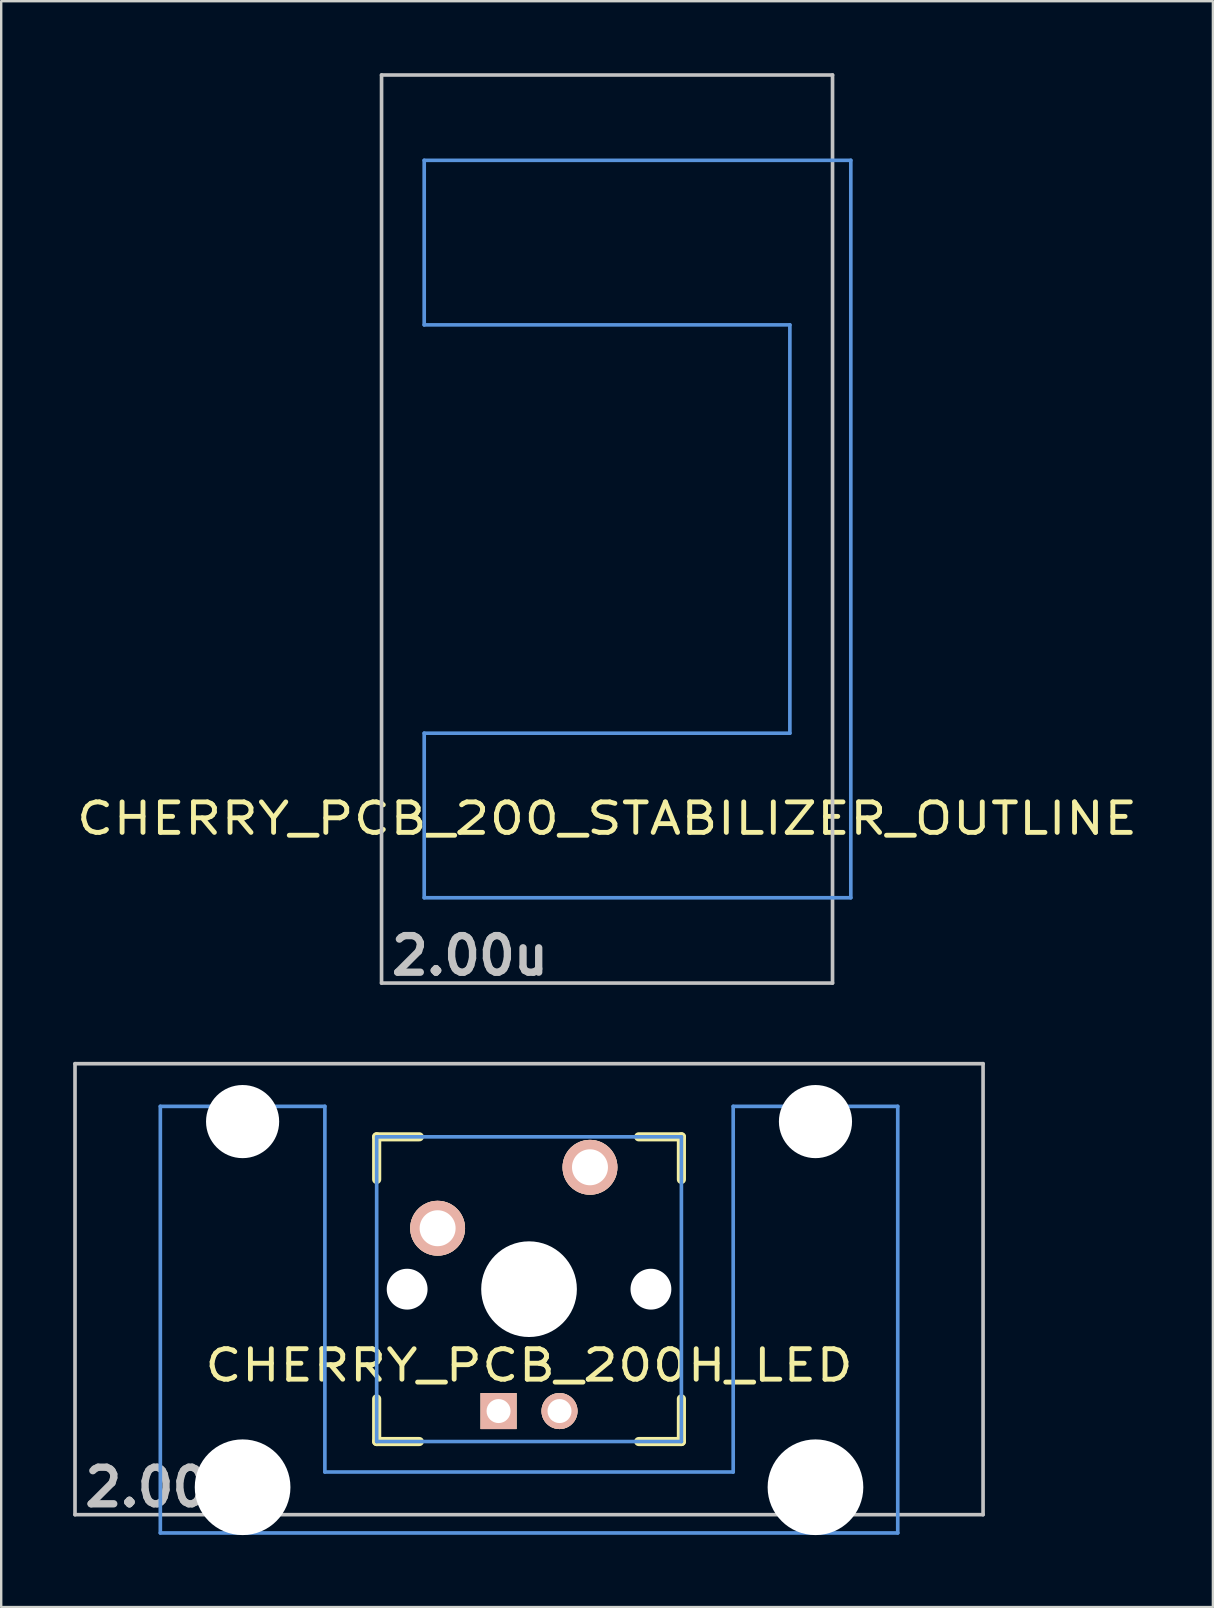
<source format=kicad_pcb>
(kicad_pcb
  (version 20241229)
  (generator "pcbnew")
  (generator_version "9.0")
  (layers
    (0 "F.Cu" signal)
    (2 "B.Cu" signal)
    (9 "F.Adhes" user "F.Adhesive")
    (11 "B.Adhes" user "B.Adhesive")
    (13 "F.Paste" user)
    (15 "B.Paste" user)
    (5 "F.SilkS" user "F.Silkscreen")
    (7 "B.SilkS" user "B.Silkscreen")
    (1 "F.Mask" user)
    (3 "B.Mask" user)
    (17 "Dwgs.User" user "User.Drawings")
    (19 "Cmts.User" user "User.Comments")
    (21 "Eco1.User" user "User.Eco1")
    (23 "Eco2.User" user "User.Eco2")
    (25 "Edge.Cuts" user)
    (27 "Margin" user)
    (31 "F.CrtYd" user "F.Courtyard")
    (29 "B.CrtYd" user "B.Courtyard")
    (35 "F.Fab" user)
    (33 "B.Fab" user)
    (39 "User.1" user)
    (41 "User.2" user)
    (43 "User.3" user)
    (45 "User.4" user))
  (footprint "CHERRY_PCB_200_STABILIZER_OUTLINE"
    (layer "F.Cu")
    (at 22.25 18.999)
    (property "Reference" "CHERRY_PCB_200_STABILIZER_OUTLINE" (at 0 12.065 180) (layer "F.SilkS") (effects (font (size 1.27 1.524) (thickness 0.203))))
    (attr through_hole)
    (fp_line (start -9.398 -18.923) (end 9.398 -18.923) (stroke (width 0.152) (type solid)) (layer "Dwgs.User"))
    (fp_line (start -9.398 18.923) (end -9.398 -18.923) (stroke (width 0.152) (type solid)) (layer "Dwgs.User"))
    (fp_line (start 9.398 -18.923) (end 9.398 18.923) (stroke (width 0.152) (type solid)) (layer "Dwgs.User"))
    (fp_line (start 9.398 18.923) (end -9.398 18.923) (stroke (width 0.152) (type solid)) (layer "Dwgs.User"))
    (fp_line (start -7.62 -15.367) (end -7.62 -8.509) (stroke (width 0.152) (type solid)) (layer "Cmts.User"))
    (fp_line (start -7.62 -8.509) (end 7.62 -8.509) (stroke (width 0.152) (type solid)) (layer "Cmts.User"))
    (fp_line (start -7.62 8.509) (end -7.62 15.367) (stroke (width 0.152) (type solid)) (layer "Cmts.User"))
    (fp_line (start -7.62 15.367) (end 10.16 15.367) (stroke (width 0.152) (type solid)) (layer "Cmts.User"))
    (fp_line (start 7.62 -8.509) (end 7.62 8.509) (stroke (width 0.152) (type solid)) (layer "Cmts.User"))
    (fp_line (start 7.62 8.509) (end -7.62 8.509) (stroke (width 0.152) (type solid)) (layer "Cmts.User"))
    (fp_line (start 10.16 -15.367) (end -7.62 -15.367) (stroke (width 0.152) (type solid)) (layer "Cmts.User"))
    (fp_line (start 10.16 15.367) (end 10.16 -15.367) (stroke (width 0.152) (type solid)) (layer "Cmts.User"))
    (fp_line (start -6.985 -6.985) (end -4.877 -6.985) (stroke (width 0.152) (type solid)) (layer "Eco2.User"))
    (fp_line (start -6.985 6.985) (end -6.985 -6.985) (stroke (width 0.152) (type solid)) (layer "Eco2.User"))
    (fp_line (start -5.69 -15.265) (end -2.286 -15.265) (stroke (width 0.152) (type solid)) (layer "Eco2.User"))
    (fp_line (start -5.69 -8.611) (end -5.69 -15.265) (stroke (width 0.152) (type solid)) (layer "Eco2.User"))
    (fp_line (start -5.69 8.611) (end -4.877 8.611) (stroke (width 0.152) (type solid)) (layer "Eco2.User"))
    (fp_line (start -5.69 15.265) (end -5.69 8.611) (stroke (width 0.152) (type solid)) (layer "Eco2.User"))
    (fp_line (start -4.877 -8.611) (end -5.69 -8.611) (stroke (width 0.152) (type solid)) (layer "Eco2.User"))
    (fp_line (start -4.877 -6.985) (end -4.877 -8.611) (stroke (width 0.152) (type solid)) (layer "Eco2.User"))
    (fp_line (start -4.877 6.985) (end -6.985 6.985) (stroke (width 0.152) (type solid)) (layer "Eco2.User"))
    (fp_line (start -4.877 8.611) (end -4.877 6.985) (stroke (width 0.152) (type solid)) (layer "Eco2.User"))
    (fp_line (start -2.286 -16.129) (end 0.508 -16.129) (stroke (width 0.152) (type solid)) (layer "Eco2.User"))
    (fp_line (start -2.286 -15.265) (end -2.286 -16.129) (stroke (width 0.152) (type solid)) (layer "Eco2.User"))
    (fp_line (start -2.286 15.265) (end -5.69 15.265) (stroke (width 0.152) (type solid)) (layer "Eco2.User"))
    (fp_line (start -2.286 16.129) (end -2.286 15.265) (stroke (width 0.152) (type solid)) (layer "Eco2.User"))
    (fp_line (start 0.508 -16.129) (end 0.508 -15.265) (stroke (width 0.152) (type solid)) (layer "Eco2.User"))
    (fp_line (start 0.508 -15.265) (end 6.604 -15.265) (stroke (width 0.152) (type solid)) (layer "Eco2.User"))
    (fp_line (start 0.508 15.265) (end 0.508 16.129) (stroke (width 0.152) (type solid)) (layer "Eco2.User"))
    (fp_line (start 0.508 16.129) (end -2.286 16.129) (stroke (width 0.152) (type solid)) (layer "Eco2.User"))
    (fp_line (start 5.817 -8.611) (end 5.817 -6.985) (stroke (width 0.152) (type solid)) (layer "Eco2.User"))
    (fp_line (start 5.817 -6.985) (end 6.985 -6.985) (stroke (width 0.152) (type solid)) (layer "Eco2.User"))
    (fp_line (start 5.817 6.985) (end 5.817 8.611) (stroke (width 0.152) (type solid)) (layer "Eco2.User"))
    (fp_line (start 5.817 8.611) (end 6.604 8.611) (stroke (width 0.152) (type solid)) (layer "Eco2.User"))
    (fp_line (start 6.604 -15.265) (end 6.604 -14.224) (stroke (width 0.152) (type solid)) (layer "Eco2.User"))
    (fp_line (start 6.604 -14.224) (end 7.772 -14.224) (stroke (width 0.152) (type solid)) (layer "Eco2.User"))
    (fp_line (start 6.604 -9.652) (end 6.604 -8.611) (stroke (width 0.152) (type solid)) (layer "Eco2.User"))
    (fp_line (start 6.604 -8.611) (end 5.817 -8.611) (stroke (width 0.152) (type solid)) (layer "Eco2.User"))
    (fp_line (start 6.604 8.611) (end 6.604 9.652) (stroke (width 0.152) (type solid)) (layer "Eco2.User"))
    (fp_line (start 6.604 9.652) (end 7.772 9.652) (stroke (width 0.152) (type solid)) (layer "Eco2.User"))
    (fp_line (start 6.604 14.224) (end 6.604 15.265) (stroke (width 0.152) (type solid)) (layer "Eco2.User"))
    (fp_line (start 6.604 15.265) (end 0.508 15.265) (stroke (width 0.152) (type solid)) (layer "Eco2.User"))
    (fp_line (start 6.985 -6.985) (end 6.985 6.985) (stroke (width 0.152) (type solid)) (layer "Eco2.User"))
    (fp_line (start 6.985 6.985) (end 5.817 6.985) (stroke (width 0.152) (type solid)) (layer "Eco2.User"))
    (fp_line (start 7.772 -14.224) (end 7.772 -9.652) (stroke (width 0.152) (type solid)) (layer "Eco2.User"))
    (fp_line (start 7.772 -9.652) (end 6.604 -9.652) (stroke (width 0.152) (type solid)) (layer "Eco2.User"))
    (fp_line (start 7.772 9.652) (end 7.772 14.224) (stroke (width 0.152) (type solid)) (layer "Eco2.User"))
    (fp_line (start 7.772 14.224) (end 6.604 14.224) (stroke (width 0.152) (type solid)) (layer "Eco2.User"))
    (fp_text user "2.00u" (at -5.715 17.78 0) (layer "Dwgs.User") (effects (font (size 1.524 1.524) (thickness 0.305)))))
  (footprint "CHERRY_PCB_200H_LED"
    (layer "F.Cu")
    (at 18.999 50.68)
    (property "Reference" "CHERRY_PCB_200H_LED" (at 0 3.175 0) (layer "F.SilkS") (effects (font (size 1.27 1.524) (thickness 0.203))))
    (attr through_hole)
    (fp_line (start -6.35 -6.35) (end -4.572 -6.35) (stroke (width 0.381) (type solid)) (layer "F.SilkS"))
    (fp_line (start -6.35 -4.572) (end -6.35 -6.35) (stroke (width 0.381) (type solid)) (layer "F.SilkS"))
    (fp_line (start -6.35 6.35) (end -6.35 4.572) (stroke (width 0.381) (type solid)) (layer "F.SilkS"))
    (fp_line (start -4.572 6.35) (end -6.35 6.35) (stroke (width 0.381) (type solid)) (layer "F.SilkS"))
    (fp_line (start 4.572 -6.35) (end 6.35 -6.35) (stroke (width 0.381) (type solid)) (layer "F.SilkS"))
    (fp_line (start 6.35 -6.35) (end 6.35 -4.572) (stroke (width 0.381) (type solid)) (layer "F.SilkS"))
    (fp_line (start 6.35 4.572) (end 6.35 6.35) (stroke (width 0.381) (type solid)) (layer "F.SilkS"))
    (fp_line (start 6.35 6.35) (end 4.572 6.35) (stroke (width 0.381) (type solid)) (layer "F.SilkS"))
    (fp_line (start -18.923 -9.398) (end 18.923 -9.398) (stroke (width 0.152) (type solid)) (layer "Dwgs.User"))
    (fp_line (start -18.923 9.398) (end -18.923 -9.398) (stroke (width 0.152) (type solid)) (layer "Dwgs.User"))
    (fp_line (start 18.923 -9.398) (end 18.923 9.398) (stroke (width 0.152) (type solid)) (layer "Dwgs.User"))
    (fp_line (start 18.923 9.398) (end -18.923 9.398) (stroke (width 0.152) (type solid)) (layer "Dwgs.User"))
    (fp_line (start -15.367 -7.62) (end -15.367 10.16) (stroke (width 0.152) (type solid)) (layer "Cmts.User"))
    (fp_line (start -15.367 10.16) (end 15.367 10.16) (stroke (width 0.152) (type solid)) (layer "Cmts.User"))
    (fp_line (start -8.509 -7.62) (end -15.367 -7.62) (stroke (width 0.152) (type solid)) (layer "Cmts.User"))
    (fp_line (start -8.509 7.62) (end -8.509 -7.62) (stroke (width 0.152) (type solid)) (layer "Cmts.User"))
    (fp_line (start -6.35 -6.35) (end 6.35 -6.35) (stroke (width 0.152) (type solid)) (layer "Cmts.User"))
    (fp_line (start -6.35 6.35) (end -6.35 -6.35) (stroke (width 0.152) (type solid)) (layer "Cmts.User"))
    (fp_line (start 6.35 -6.35) (end 6.35 6.35) (stroke (width 0.152) (type solid)) (layer "Cmts.User"))
    (fp_line (start 6.35 6.35) (end -6.35 6.35) (stroke (width 0.152) (type solid)) (layer "Cmts.User"))
    (fp_line (start 8.509 -7.62) (end 8.509 7.62) (stroke (width 0.152) (type solid)) (layer "Cmts.User"))
    (fp_line (start 8.509 7.62) (end -8.509 7.62) (stroke (width 0.152) (type solid)) (layer "Cmts.User"))
    (fp_line (start 15.367 -7.62) (end 8.509 -7.62) (stroke (width 0.152) (type solid)) (layer "Cmts.User"))
    (fp_line (start 15.367 10.16) (end 15.367 -7.62) (stroke (width 0.152) (type solid)) (layer "Cmts.User"))
    (fp_line (start -16.129 -2.286) (end -15.265 -2.286) (stroke (width 0.152) (type solid)) (layer "Eco2.User"))
    (fp_line (start -16.129 0.508) (end -16.129 -2.286) (stroke (width 0.152) (type solid)) (layer "Eco2.User"))
    (fp_line (start -15.265 -5.69) (end -8.611 -5.69) (stroke (width 0.152) (type solid)) (layer "Eco2.User"))
    (fp_line (start -15.265 -2.286) (end -15.265 -5.69) (stroke (width 0.152) (type solid)) (layer "Eco2.User"))
    (fp_line (start -15.265 0.508) (end -16.129 0.508) (stroke (width 0.152) (type solid)) (layer "Eco2.User"))
    (fp_line (start -15.265 6.604) (end -15.265 0.508) (stroke (width 0.152) (type solid)) (layer "Eco2.User"))
    (fp_line (start -14.224 6.604) (end -15.265 6.604) (stroke (width 0.152) (type solid)) (layer "Eco2.User"))
    (fp_line (start -14.224 7.772) (end -14.224 6.604) (stroke (width 0.152) (type solid)) (layer "Eco2.User"))
    (fp_line (start -9.652 6.604) (end -9.652 7.772) (stroke (width 0.152) (type solid)) (layer "Eco2.User"))
    (fp_line (start -9.652 7.772) (end -14.224 7.772) (stroke (width 0.152) (type solid)) (layer "Eco2.User"))
    (fp_line (start -8.611 -5.69) (end -8.611 -4.877) (stroke (width 0.152) (type solid)) (layer "Eco2.User"))
    (fp_line (start -8.611 -4.877) (end -6.985 -4.877) (stroke (width 0.152) (type solid)) (layer "Eco2.User"))
    (fp_line (start -8.611 5.817) (end -8.611 6.604) (stroke (width 0.152) (type solid)) (layer "Eco2.User"))
    (fp_line (start -8.611 6.604) (end -9.652 6.604) (stroke (width 0.152) (type solid)) (layer "Eco2.User"))
    (fp_line (start -6.985 -6.985) (end 6.985 -6.985) (stroke (width 0.152) (type solid)) (layer "Eco2.User"))
    (fp_line (start -6.985 -4.877) (end -6.985 -6.985) (stroke (width 0.152) (type solid)) (layer "Eco2.User"))
    (fp_line (start -6.985 5.817) (end -8.611 5.817) (stroke (width 0.152) (type solid)) (layer "Eco2.User"))
    (fp_line (start -6.985 6.985) (end -6.985 5.817) (stroke (width 0.152) (type solid)) (layer "Eco2.User"))
    (fp_line (start 6.985 -6.985) (end 6.985 -4.877) (stroke (width 0.152) (type solid)) (layer "Eco2.User"))
    (fp_line (start 6.985 -4.877) (end 8.611 -4.877) (stroke (width 0.152) (type solid)) (layer "Eco2.User"))
    (fp_line (start 6.985 5.817) (end 6.985 6.985) (stroke (width 0.152) (type solid)) (layer "Eco2.User"))
    (fp_line (start 6.985 6.985) (end -6.985 6.985) (stroke (width 0.152) (type solid)) (layer "Eco2.User"))
    (fp_line (start 8.611 -5.69) (end 15.265 -5.69) (stroke (width 0.152) (type solid)) (layer "Eco2.User"))
    (fp_line (start 8.611 -4.877) (end 8.611 -5.69) (stroke (width 0.152) (type solid)) (layer "Eco2.User"))
    (fp_line (start 8.611 5.817) (end 6.985 5.817) (stroke (width 0.152) (type solid)) (layer "Eco2.User"))
    (fp_line (start 8.611 6.604) (end 8.611 5.817) (stroke (width 0.152) (type solid)) (layer "Eco2.User"))
    (fp_line (start 9.652 6.604) (end 8.611 6.604) (stroke (width 0.152) (type solid)) (layer "Eco2.User"))
    (fp_line (start 9.652 7.772) (end 9.652 6.604) (stroke (width 0.152) (type solid)) (layer "Eco2.User"))
    (fp_line (start 14.224 6.604) (end 14.224 7.772) (stroke (width 0.152) (type solid)) (layer "Eco2.User"))
    (fp_line (start 14.224 7.772) (end 9.652 7.772) (stroke (width 0.152) (type solid)) (layer "Eco2.User"))
    (fp_line (start 15.265 -5.69) (end 15.265 -2.286) (stroke (width 0.152) (type solid)) (layer "Eco2.User"))
    (fp_line (start 15.265 -2.286) (end 16.129 -2.286) (stroke (width 0.152) (type solid)) (layer "Eco2.User"))
    (fp_line (start 15.265 0.508) (end 15.265 6.604) (stroke (width 0.152) (type solid)) (layer "Eco2.User"))
    (fp_line (start 15.265 6.604) (end 14.224 6.604) (stroke (width 0.152) (type solid)) (layer "Eco2.User"))
    (fp_line (start 16.129 -2.286) (end 16.129 0.508) (stroke (width 0.152) (type solid)) (layer "Eco2.User"))
    (fp_line (start 16.129 0.508) (end 15.265 0.508) (stroke (width 0.152) (type solid)) (layer "Eco2.User"))
    (fp_text user "2.00u" (at -15.24 8.255 0) (layer "Dwgs.User") (effects (font (size 1.524 1.524) (thickness 0.305))))
    (pad "" np_thru_hole circle (at -11.938 -6.985) (size 3.048 3.048) (drill 3.048) (layers "*.Cu"))
    (pad "" np_thru_hole circle (at -11.938 8.255) (size 3.988 3.988) (drill 3.988) (layers "*.Cu"))
    (pad "" np_thru_hole circle (at -5.08 0) (size 1.702 1.702) (drill 1.702) (layers "*.Cu"))
    (pad "" np_thru_hole circle (at 0 0) (size 3.988 3.988) (drill 3.988) (layers "*.Cu"))
    (pad "" np_thru_hole circle (at 5.08 0) (size 1.702 1.702) (drill 1.702) (layers "*.Cu"))
    (pad "" np_thru_hole circle (at 11.938 -6.985) (size 3.048 3.048) (drill 3.048) (layers "*.Cu"))
    (pad "" np_thru_hole circle (at 11.938 8.255) (size 3.988 3.988) (drill 3.988) (layers "*.Cu"))
    (pad "A" thru_hole circle (at 1.27 5.08) (size 1.5 1.5) (drill 1) (layers "*.Cu" "*.SilkS" "*.Mask"))
    (pad "K" thru_hole rect (at -1.27 5.08) (size 1.5 1.5) (drill 1) (layers "*.Cu" "*.SilkS" "*.Mask"))
    (pad "SW1" thru_hole circle (at -3.81 -2.54) (size 2.286 2.286) (drill 1.499) (layers "*.Cu" "*.SilkS" "*.Mask"))
    (pad "SW2" thru_hole circle (at 2.54 -5.08) (size 2.286 2.286) (drill 1.499) (layers "*.Cu" "*.SilkS" "*.Mask")))
  (gr_rect
    (start -3 -3)
    (end 47.501 63.929)
    (stroke (width 0.1) (type default))
    (fill no)
    (layer "Edge.Cuts")))
</source>
